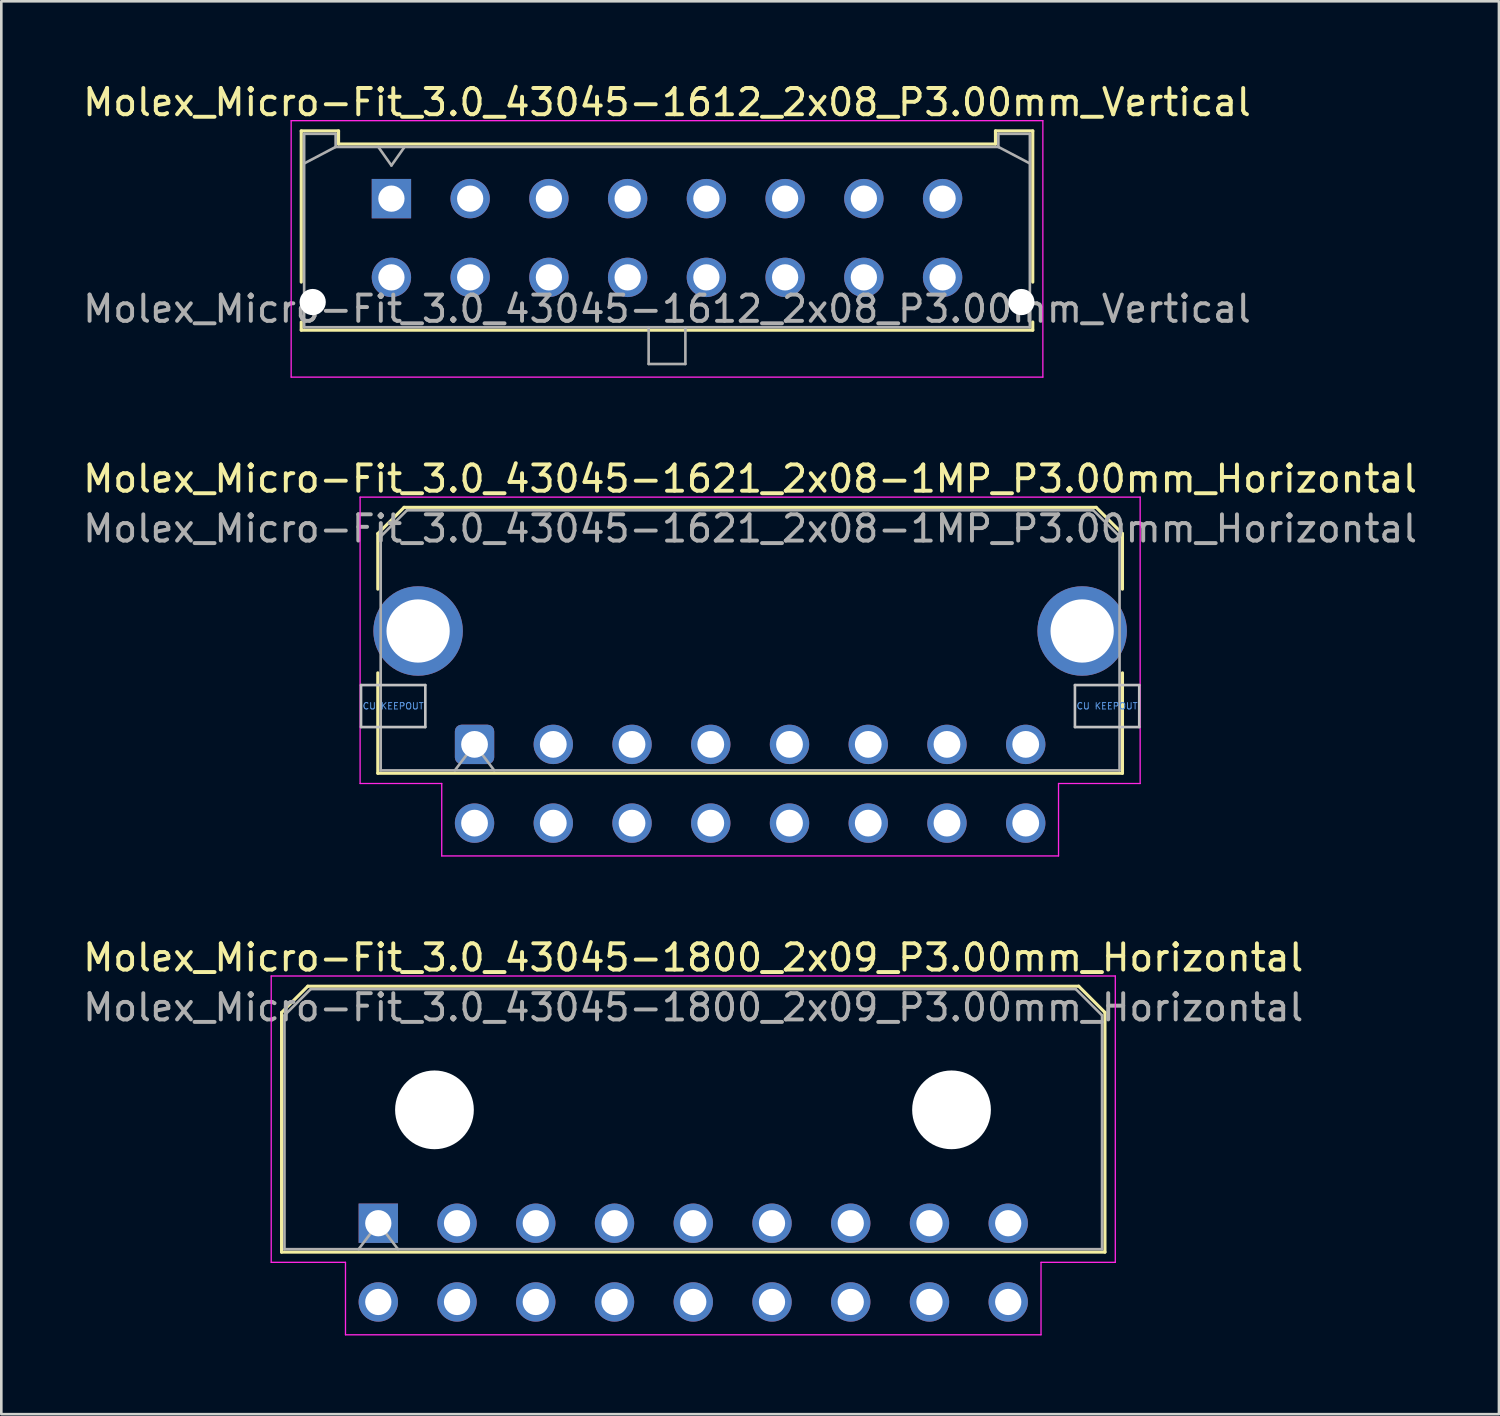
<source format=kicad_pcb>
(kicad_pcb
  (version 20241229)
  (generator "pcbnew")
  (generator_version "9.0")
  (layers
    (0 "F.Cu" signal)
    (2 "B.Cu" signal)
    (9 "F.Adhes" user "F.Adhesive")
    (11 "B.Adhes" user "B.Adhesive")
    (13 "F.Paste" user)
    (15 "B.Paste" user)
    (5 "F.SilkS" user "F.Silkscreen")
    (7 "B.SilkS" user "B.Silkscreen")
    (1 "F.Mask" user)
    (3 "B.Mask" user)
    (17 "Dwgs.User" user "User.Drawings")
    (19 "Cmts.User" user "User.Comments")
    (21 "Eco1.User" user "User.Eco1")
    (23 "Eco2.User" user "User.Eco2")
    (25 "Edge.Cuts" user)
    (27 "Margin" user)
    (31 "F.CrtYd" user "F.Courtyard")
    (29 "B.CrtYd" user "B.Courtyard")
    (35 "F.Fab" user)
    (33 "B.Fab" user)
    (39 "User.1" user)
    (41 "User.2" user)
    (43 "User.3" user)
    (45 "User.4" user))
  (footprint "Molex_Micro-Fit_3.0_43045-1612_2x08_P3.00mm_Vertical"
    (layer "F.Cu")
    (at 11.863 4.518)
    (property "Reference" "Molex_Micro-Fit_3.0_43045-1612_2x08_P3.00mm_Vertical" (at 10.5 -3.67 0) (layer "F.SilkS") (effects (font (size 1 1) (thickness 0.15))))
    (attr through_hole)
    (fp_line (start -3.435 -2.58) (end -2.015 -2.58) (stroke (width 0.12) (type solid)) (layer "F.SilkS"))
    (fp_line (start -3.435 3.18) (end -3.435 -2.58) (stroke (width 0.12) (type solid)) (layer "F.SilkS"))
    (fp_line (start -3.435 4.7) (end -3.435 5.01) (stroke (width 0.12) (type solid)) (layer "F.SilkS"))
    (fp_line (start -3.435 5.01) (end 24.435 5.01) (stroke (width 0.12) (type solid)) (layer "F.SilkS"))
    (fp_line (start -2.015 -2.58) (end -2.015 -2.08) (stroke (width 0.12) (type solid)) (layer "F.SilkS"))
    (fp_line (start -2.015 -2.08) (end 23.015 -2.08) (stroke (width 0.12) (type solid)) (layer "F.SilkS"))
    (fp_line (start 23.015 -2.58) (end 24.435 -2.58) (stroke (width 0.12) (type solid)) (layer "F.SilkS"))
    (fp_line (start 23.015 -2.08) (end 23.015 -2.58) (stroke (width 0.12) (type solid)) (layer "F.SilkS"))
    (fp_line (start 24.435 -2.58) (end 24.435 3.18) (stroke (width 0.12) (type solid)) (layer "F.SilkS"))
    (fp_line (start 24.435 5.01) (end 24.435 4.7) (stroke (width 0.12) (type solid)) (layer "F.SilkS"))
    (fp_line (start -3.82 -2.97) (end 24.82 -2.97) (stroke (width 0.05) (type solid)) (layer "F.CrtYd"))
    (fp_line (start -3.82 6.8) (end -3.82 -2.97) (stroke (width 0.05) (type solid)) (layer "F.CrtYd"))
    (fp_line (start 24.82 -2.97) (end 24.82 6.8) (stroke (width 0.05) (type solid)) (layer "F.CrtYd"))
    (fp_line (start 24.82 6.8) (end -3.82 6.8) (stroke (width 0.05) (type solid)) (layer "F.CrtYd"))
    (fp_line (start -3.325 -2.47) (end -3.325 4.9) (stroke (width 0.1) (type solid)) (layer "F.Fab"))
    (fp_line (start -3.325 -1.34) (end -2.125 -1.97) (stroke (width 0.1) (type solid)) (layer "F.Fab"))
    (fp_line (start -3.325 4.9) (end 24.325 4.9) (stroke (width 0.1) (type solid)) (layer "F.Fab"))
    (fp_line (start -2.125 -2.47) (end -3.325 -2.47) (stroke (width 0.1) (type solid)) (layer "F.Fab"))
    (fp_line (start -2.125 -1.97) (end -2.125 -2.47) (stroke (width 0.1) (type solid)) (layer "F.Fab"))
    (fp_line (start -0.5 -1.97) (end 0 -1.263) (stroke (width 0.1) (type solid)) (layer "F.Fab"))
    (fp_line (start 0 -1.263) (end 0.5 -1.97) (stroke (width 0.1) (type solid)) (layer "F.Fab"))
    (fp_line (start 9.8 4.9) (end 9.8 6.3) (stroke (width 0.1) (type solid)) (layer "F.Fab"))
    (fp_line (start 9.8 6.3) (end 11.2 6.3) (stroke (width 0.1) (type solid)) (layer "F.Fab"))
    (fp_line (start 11.2 6.3) (end 11.2 4.9) (stroke (width 0.1) (type solid)) (layer "F.Fab"))
    (fp_line (start 23.125 -2.47) (end 23.125 -1.97) (stroke (width 0.1) (type solid)) (layer "F.Fab"))
    (fp_line (start 23.125 -1.97) (end -2.125 -1.97) (stroke (width 0.1) (type solid)) (layer "F.Fab"))
    (fp_line (start 24.325 -2.47) (end 23.125 -2.47) (stroke (width 0.1) (type solid)) (layer "F.Fab"))
    (fp_line (start 24.325 -1.34) (end 23.125 -1.97) (stroke (width 0.1) (type solid)) (layer "F.Fab"))
    (fp_line (start 24.325 4.9) (end 24.325 -2.47) (stroke (width 0.1) (type solid)) (layer "F.Fab"))
    (fp_text user "${REFERENCE}" (at 10.5 4.2 0) (layer "F.Fab") (effects (font (size 1 1) (thickness 0.15))))
    (pad "" np_thru_hole circle (at -3 3.94) (size 1 1) (drill 1) (layers "*.Cu" "*.Mask"))
    (pad "" np_thru_hole circle (at 24 3.94) (size 1 1) (drill 1) (layers "*.Cu" "*.Mask"))
    (pad "1" thru_hole rect (at 0 0) (size 1.5 1.5) (drill 1) (layers "*.Cu" "*.Mask"))
    (pad "2" thru_hole circle (at 3 0) (size 1.5 1.5) (drill 1) (layers "*.Cu" "*.Mask"))
    (pad "3" thru_hole circle (at 6 0) (size 1.5 1.5) (drill 1) (layers "*.Cu" "*.Mask"))
    (pad "4" thru_hole circle (at 9 0) (size 1.5 1.5) (drill 1) (layers "*.Cu" "*.Mask"))
    (pad "5" thru_hole circle (at 12 0) (size 1.5 1.5) (drill 1) (layers "*.Cu" "*.Mask"))
    (pad "6" thru_hole circle (at 15 0) (size 1.5 1.5) (drill 1) (layers "*.Cu" "*.Mask"))
    (pad "7" thru_hole circle (at 18 0) (size 1.5 1.5) (drill 1) (layers "*.Cu" "*.Mask"))
    (pad "8" thru_hole circle (at 21 0) (size 1.5 1.5) (drill 1) (layers "*.Cu" "*.Mask"))
    (pad "9" thru_hole circle (at 0 3) (size 1.5 1.5) (drill 1) (layers "*.Cu" "*.Mask"))
    (pad "10" thru_hole circle (at 3 3) (size 1.5 1.5) (drill 1) (layers "*.Cu" "*.Mask"))
    (pad "11" thru_hole circle (at 6 3) (size 1.5 1.5) (drill 1) (layers "*.Cu" "*.Mask"))
    (pad "12" thru_hole circle (at 9 3) (size 1.5 1.5) (drill 1) (layers "*.Cu" "*.Mask"))
    (pad "13" thru_hole circle (at 12 3) (size 1.5 1.5) (drill 1) (layers "*.Cu" "*.Mask"))
    (pad "14" thru_hole circle (at 15 3) (size 1.5 1.5) (drill 1) (layers "*.Cu" "*.Mask"))
    (pad "15" thru_hole circle (at 18 3) (size 1.5 1.5) (drill 1) (layers "*.Cu" "*.Mask"))
    (pad "16" thru_hole circle (at 21 3) (size 1.5 1.5) (drill 1) (layers "*.Cu" "*.Mask")))
  (footprint "Molex_Micro-Fit_3.0_43045-1800_2x09_P3.00mm_Horizontal"
    (layer "F.Cu")
    (at 11.363 43.555)
    (property "Reference" "Molex_Micro-Fit_3.0_43045-1800_2x09_P3.00mm_Horizontal" (at 12 -10.12 0) (layer "F.SilkS") (effects (font (size 1 1) (thickness 0.15))))
    (attr through_hole)
    (fp_line (start -3.685 -8.03) (end -2.685 -9.03) (stroke (width 0.12) (type solid)) (layer "F.SilkS"))
    (fp_line (start -3.685 1.1) (end -3.685 -8.03) (stroke (width 0.12) (type solid)) (layer "F.SilkS"))
    (fp_line (start -2.685 -9.03) (end 26.685 -9.03) (stroke (width 0.12) (type solid)) (layer "F.SilkS"))
    (fp_line (start 26.685 -9.03) (end 27.685 -8.03) (stroke (width 0.12) (type solid)) (layer "F.SilkS"))
    (fp_line (start 27.685 -8.03) (end 27.685 1.1) (stroke (width 0.12) (type solid)) (layer "F.SilkS"))
    (fp_line (start 27.685 1.1) (end -3.685 1.1) (stroke (width 0.12) (type solid)) (layer "F.SilkS"))
    (fp_line (start -4.08 -9.42) (end 28.08 -9.42) (stroke (width 0.05) (type solid)) (layer "F.CrtYd"))
    (fp_line (start -4.08 1.49) (end -4.08 -9.42) (stroke (width 0.05) (type solid)) (layer "F.CrtYd"))
    (fp_line (start -1.25 1.49) (end -4.08 1.49) (stroke (width 0.05) (type solid)) (layer "F.CrtYd"))
    (fp_line (start -1.25 4.25) (end -1.25 1.49) (stroke (width 0.05) (type solid)) (layer "F.CrtYd"))
    (fp_line (start 25.25 1.49) (end 25.25 4.25) (stroke (width 0.05) (type solid)) (layer "F.CrtYd"))
    (fp_line (start 25.25 4.25) (end -1.25 4.25) (stroke (width 0.05) (type solid)) (layer "F.CrtYd"))
    (fp_line (start 28.08 -9.42) (end 28.08 1.49) (stroke (width 0.05) (type solid)) (layer "F.CrtYd"))
    (fp_line (start 28.08 1.49) (end 25.25 1.49) (stroke (width 0.05) (type solid)) (layer "F.CrtYd"))
    (fp_line (start -3.575 -7.92) (end -2.575 -8.92) (stroke (width 0.1) (type solid)) (layer "F.Fab"))
    (fp_line (start -3.575 0.99) (end -3.575 -7.92) (stroke (width 0.1) (type solid)) (layer "F.Fab"))
    (fp_line (start -2.575 -8.92) (end 26.575 -8.92) (stroke (width 0.1) (type solid)) (layer "F.Fab"))
    (fp_line (start -0.75 0.99) (end 0 0) (stroke (width 0.1) (type solid)) (layer "F.Fab"))
    (fp_line (start 0 0) (end 0.75 0.99) (stroke (width 0.1) (type solid)) (layer "F.Fab"))
    (fp_line (start 26.575 -8.92) (end 27.575 -7.92) (stroke (width 0.1) (type solid)) (layer "F.Fab"))
    (fp_line (start 27.575 -7.92) (end 27.575 0.99) (stroke (width 0.1) (type solid)) (layer "F.Fab"))
    (fp_line (start 27.575 0.99) (end -3.575 0.99) (stroke (width 0.1) (type solid)) (layer "F.Fab"))
    (fp_text user "${REFERENCE}" (at 12 -8.22 0) (layer "F.Fab") (effects (font (size 1 1) (thickness 0.15))))
    (pad "" np_thru_hole circle (at 2.14 -4.32) (size 3 3) (drill 3) (layers "*.Cu" "*.Mask"))
    (pad "" np_thru_hole circle (at 21.84 -4.32) (size 3 3) (drill 3) (layers "*.Cu" "*.Mask"))
    (pad "1" thru_hole rect (at 0 0) (size 1.5 1.5) (drill 1) (layers "*.Cu" "*.Mask"))
    (pad "2" thru_hole circle (at 3 0) (size 1.5 1.5) (drill 1) (layers "*.Cu" "*.Mask"))
    (pad "3" thru_hole circle (at 6 0) (size 1.5 1.5) (drill 1) (layers "*.Cu" "*.Mask"))
    (pad "4" thru_hole circle (at 9 0) (size 1.5 1.5) (drill 1) (layers "*.Cu" "*.Mask"))
    (pad "5" thru_hole circle (at 12 0) (size 1.5 1.5) (drill 1) (layers "*.Cu" "*.Mask"))
    (pad "6" thru_hole circle (at 15 0) (size 1.5 1.5) (drill 1) (layers "*.Cu" "*.Mask"))
    (pad "7" thru_hole circle (at 18 0) (size 1.5 1.5) (drill 1) (layers "*.Cu" "*.Mask"))
    (pad "8" thru_hole circle (at 21 0) (size 1.5 1.5) (drill 1) (layers "*.Cu" "*.Mask"))
    (pad "9" thru_hole circle (at 24 0) (size 1.5 1.5) (drill 1) (layers "*.Cu" "*.Mask"))
    (pad "10" thru_hole circle (at 0 3) (size 1.5 1.5) (drill 1) (layers "*.Cu" "*.Mask"))
    (pad "11" thru_hole circle (at 3 3) (size 1.5 1.5) (drill 1) (layers "*.Cu" "*.Mask"))
    (pad "12" thru_hole circle (at 6 3) (size 1.5 1.5) (drill 1) (layers "*.Cu" "*.Mask"))
    (pad "13" thru_hole circle (at 9 3) (size 1.5 1.5) (drill 1) (layers "*.Cu" "*.Mask"))
    (pad "14" thru_hole circle (at 12 3) (size 1.5 1.5) (drill 1) (layers "*.Cu" "*.Mask"))
    (pad "15" thru_hole circle (at 15 3) (size 1.5 1.5) (drill 1) (layers "*.Cu" "*.Mask"))
    (pad "16" thru_hole circle (at 18 3) (size 1.5 1.5) (drill 1) (layers "*.Cu" "*.Mask"))
    (pad "17" thru_hole circle (at 21 3) (size 1.5 1.5) (drill 1) (layers "*.Cu" "*.Mask"))
    (pad "18" thru_hole circle (at 24 3) (size 1.5 1.5) (drill 1) (layers "*.Cu" "*.Mask")))
  (footprint "Molex_Micro-Fit_3.0_43045-1621_2x08-1MP_P3.00mm_Horizontal"
    (layer "F.Cu")
    (at 15.03 25.311)
    (property "Reference" "Molex_Micro-Fit_3.0_43045-1621_2x08-1MP_P3.00mm_Horizontal" (at 10.5 -10.12 0) (layer "F.SilkS") (effects (font (size 1 1) (thickness 0.15))))
    (attr through_hole)
    (fp_line (start -3.685 -8.03) (end -2.685 -9.03) (stroke (width 0.12) (type solid)) (layer "F.SilkS"))
    (fp_line (start -3.685 -5.915) (end -3.685 -8.03) (stroke (width 0.12) (type solid)) (layer "F.SilkS"))
    (fp_line (start -3.685 -2.725) (end -3.685 1.1) (stroke (width 0.12) (type solid)) (layer "F.SilkS"))
    (fp_line (start -3.685 1.1) (end 24.685 1.1) (stroke (width 0.12) (type solid)) (layer "F.SilkS"))
    (fp_line (start -2.685 -9.03) (end 23.685 -9.03) (stroke (width 0.12) (type solid)) (layer "F.SilkS"))
    (fp_line (start 23.685 -9.03) (end 24.685 -8.03) (stroke (width 0.12) (type solid)) (layer "F.SilkS"))
    (fp_line (start 24.685 -8.03) (end 24.685 -5.915) (stroke (width 0.12) (type solid)) (layer "F.SilkS"))
    (fp_line (start 24.685 1.1) (end 24.685 -2.725) (stroke (width 0.12) (type solid)) (layer "F.SilkS"))
    (fp_line (start -4.325 -2.26) (end -4.325 -0.66) (stroke (width 0.1) (type solid)) (layer "Dwgs.User"))
    (fp_line (start -4.325 -0.66) (end -1.875 -0.66) (stroke (width 0.1) (type solid)) (layer "Dwgs.User"))
    (fp_line (start -1.875 -2.26) (end -4.325 -2.26) (stroke (width 0.1) (type solid)) (layer "Dwgs.User"))
    (fp_line (start -1.875 -0.66) (end -1.875 -2.26) (stroke (width 0.1) (type solid)) (layer "Dwgs.User"))
    (fp_line (start 22.875 -2.26) (end 22.875 -0.66) (stroke (width 0.1) (type solid)) (layer "Dwgs.User"))
    (fp_line (start 22.875 -0.66) (end 25.325 -0.66) (stroke (width 0.1) (type solid)) (layer "Dwgs.User"))
    (fp_line (start 25.325 -2.26) (end 22.875 -2.26) (stroke (width 0.1) (type solid)) (layer "Dwgs.User"))
    (fp_line (start 25.325 -0.66) (end 25.325 -2.26) (stroke (width 0.1) (type solid)) (layer "Dwgs.User"))
    (fp_line (start -4.36 -9.42) (end 25.36 -9.42) (stroke (width 0.05) (type solid)) (layer "F.CrtYd"))
    (fp_line (start -4.36 1.49) (end -4.36 -9.42) (stroke (width 0.05) (type solid)) (layer "F.CrtYd"))
    (fp_line (start -1.25 1.49) (end -4.36 1.49) (stroke (width 0.05) (type solid)) (layer "F.CrtYd"))
    (fp_line (start -1.25 4.25) (end -1.25 1.49) (stroke (width 0.05) (type solid)) (layer "F.CrtYd"))
    (fp_line (start 22.25 1.49) (end 22.25 4.25) (stroke (width 0.05) (type solid)) (layer "F.CrtYd"))
    (fp_line (start 22.25 4.25) (end -1.25 4.25) (stroke (width 0.05) (type solid)) (layer "F.CrtYd"))
    (fp_line (start 25.36 -9.42) (end 25.36 1.49) (stroke (width 0.05) (type solid)) (layer "F.CrtYd"))
    (fp_line (start 25.36 1.49) (end 22.25 1.49) (stroke (width 0.05) (type solid)) (layer "F.CrtYd"))
    (fp_line (start -3.575 -7.92) (end -2.575 -8.92) (stroke (width 0.1) (type solid)) (layer "F.Fab"))
    (fp_line (start -3.575 0.99) (end -3.575 -7.92) (stroke (width 0.1) (type solid)) (layer "F.Fab"))
    (fp_line (start -2.575 -8.92) (end 23.575 -8.92) (stroke (width 0.1) (type solid)) (layer "F.Fab"))
    (fp_line (start -0.75 0.99) (end 0 0) (stroke (width 0.1) (type solid)) (layer "F.Fab"))
    (fp_line (start 0 0) (end 0.75 0.99) (stroke (width 0.1) (type solid)) (layer "F.Fab"))
    (fp_line (start 23.575 -8.92) (end 24.575 -7.92) (stroke (width 0.1) (type solid)) (layer "F.Fab"))
    (fp_line (start 24.575 -7.92) (end 24.575 0.99) (stroke (width 0.1) (type solid)) (layer "F.Fab"))
    (fp_line (start 24.575 0.99) (end -3.575 0.99) (stroke (width 0.1) (type solid)) (layer "F.Fab"))
    (fp_text user "CU KEEPOUT" (at -3.1 -1.46 0) (layer "Cmts.User") (effects (font (size 0.245 0.245) (thickness 0.037))))
    (fp_text user "CU KEEPOUT" (at 24.1 -1.46 0) (layer "Cmts.User") (effects (font (size 0.245 0.245) (thickness 0.037))))
    (fp_text user "${REFERENCE}" (at 10.5 -8.22 0) (layer "F.Fab") (effects (font (size 1 1) (thickness 0.15))))
    (pad "1" thru_hole roundrect (at 0 0) (size 1.5 1.5) (drill 1.02) (layers "*.Cu" "*.Mask") (roundrect_rratio 0.167))
    (pad "2" thru_hole circle (at 3 0) (size 1.5 1.5) (drill 1.02) (layers "*.Cu" "*.Mask"))
    (pad "3" thru_hole circle (at 6 0) (size 1.5 1.5) (drill 1.02) (layers "*.Cu" "*.Mask"))
    (pad "4" thru_hole circle (at 9 0) (size 1.5 1.5) (drill 1.02) (layers "*.Cu" "*.Mask"))
    (pad "5" thru_hole circle (at 12 0) (size 1.5 1.5) (drill 1.02) (layers "*.Cu" "*.Mask"))
    (pad "6" thru_hole circle (at 15 0) (size 1.5 1.5) (drill 1.02) (layers "*.Cu" "*.Mask"))
    (pad "7" thru_hole circle (at 18 0) (size 1.5 1.5) (drill 1.02) (layers "*.Cu" "*.Mask"))
    (pad "8" thru_hole circle (at 21 0) (size 1.5 1.5) (drill 1.02) (layers "*.Cu" "*.Mask"))
    (pad "9" thru_hole circle (at 0 3) (size 1.5 1.5) (drill 1.02) (layers "*.Cu" "*.Mask"))
    (pad "10" thru_hole circle (at 3 3) (size 1.5 1.5) (drill 1.02) (layers "*.Cu" "*.Mask"))
    (pad "11" thru_hole circle (at 6 3) (size 1.5 1.5) (drill 1.02) (layers "*.Cu" "*.Mask"))
    (pad "12" thru_hole circle (at 9 3) (size 1.5 1.5) (drill 1.02) (layers "*.Cu" "*.Mask"))
    (pad "13" thru_hole circle (at 12 3) (size 1.5 1.5) (drill 1.02) (layers "*.Cu" "*.Mask"))
    (pad "14" thru_hole circle (at 15 3) (size 1.5 1.5) (drill 1.02) (layers "*.Cu" "*.Mask"))
    (pad "15" thru_hole circle (at 18 3) (size 1.5 1.5) (drill 1.02) (layers "*.Cu" "*.Mask"))
    (pad "16" thru_hole circle (at 21 3) (size 1.5 1.5) (drill 1.02) (layers "*.Cu" "*.Mask"))
    (pad "MP" thru_hole circle (at -2.15 -4.32) (size 3.41 3.41) (drill 2.41) (layers "*.Cu" "*.Mask"))
    (pad "MP" thru_hole circle (at 23.15 -4.32) (size 3.41 3.41) (drill 2.41) (layers "*.Cu" "*.Mask")))
  (gr_rect
    (start -3 -3)
    (end 54.06 50.83)
    (stroke (width 0.1) (type default))
    (fill no)
    (layer "Edge.Cuts")))
</source>
